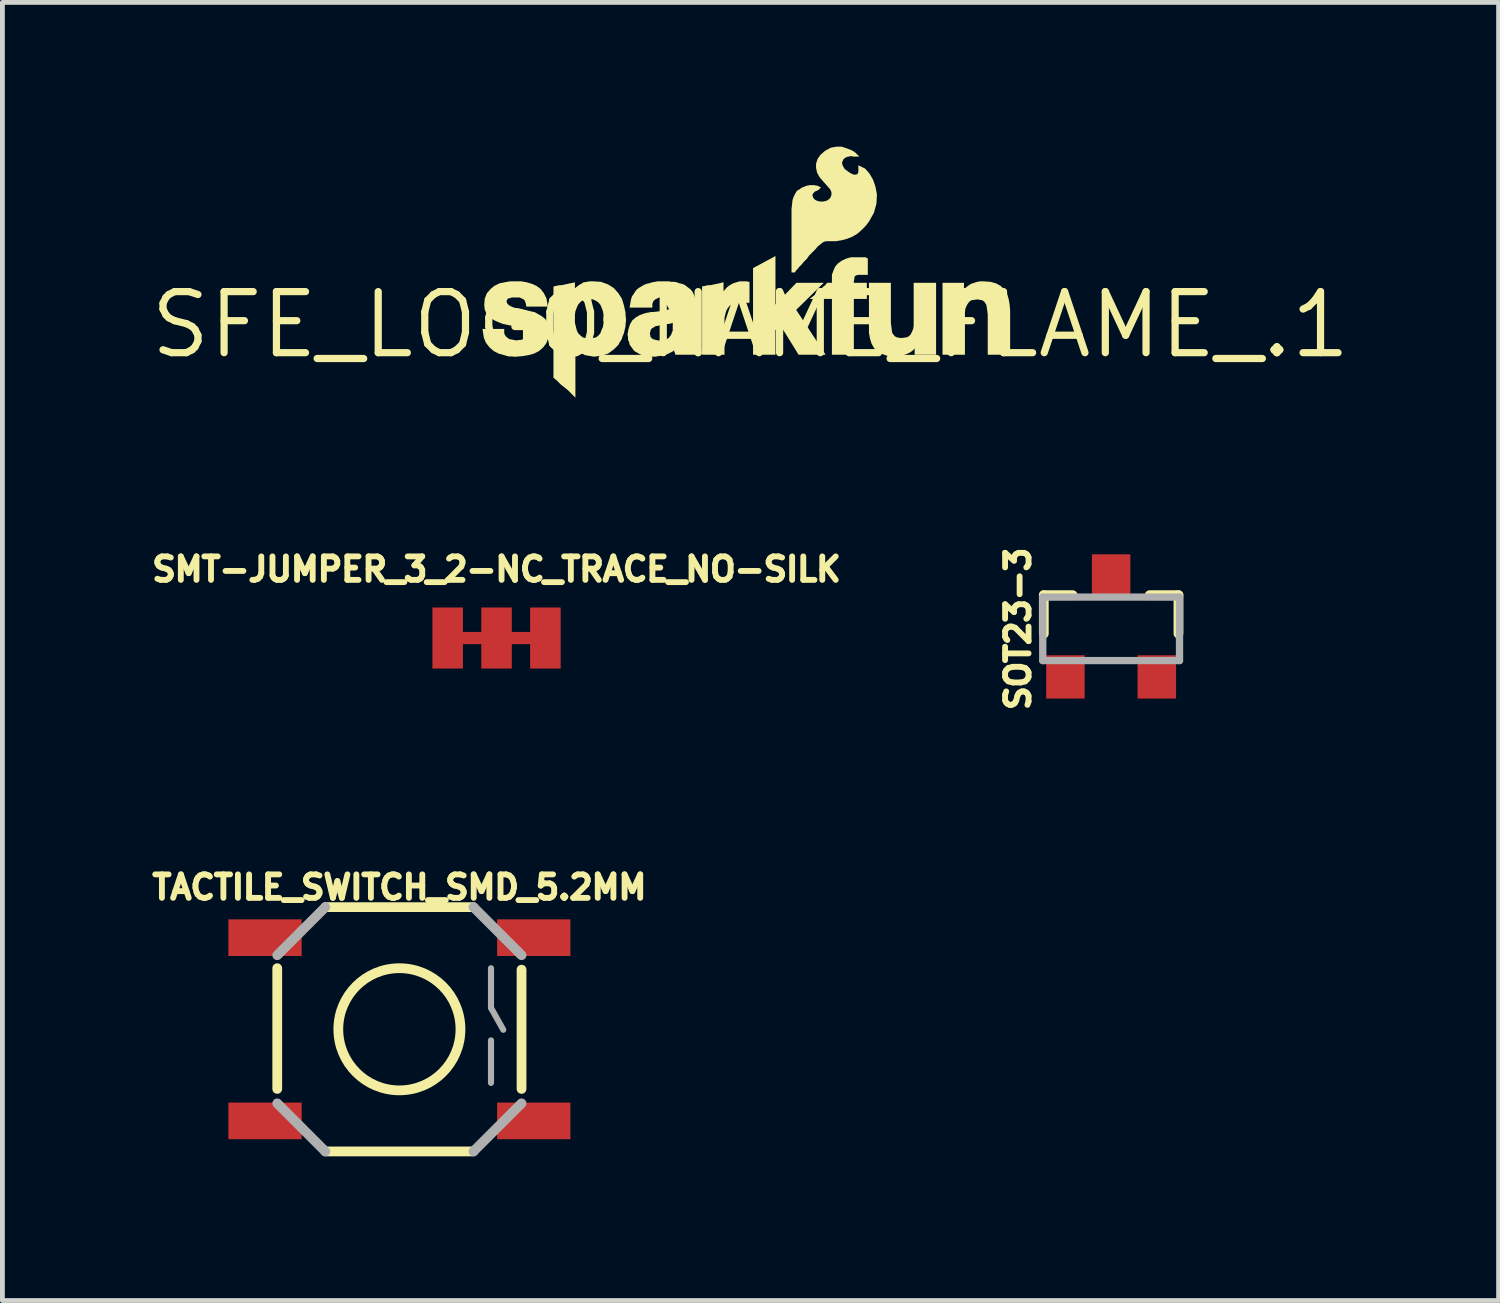
<source format=kicad_pcb>
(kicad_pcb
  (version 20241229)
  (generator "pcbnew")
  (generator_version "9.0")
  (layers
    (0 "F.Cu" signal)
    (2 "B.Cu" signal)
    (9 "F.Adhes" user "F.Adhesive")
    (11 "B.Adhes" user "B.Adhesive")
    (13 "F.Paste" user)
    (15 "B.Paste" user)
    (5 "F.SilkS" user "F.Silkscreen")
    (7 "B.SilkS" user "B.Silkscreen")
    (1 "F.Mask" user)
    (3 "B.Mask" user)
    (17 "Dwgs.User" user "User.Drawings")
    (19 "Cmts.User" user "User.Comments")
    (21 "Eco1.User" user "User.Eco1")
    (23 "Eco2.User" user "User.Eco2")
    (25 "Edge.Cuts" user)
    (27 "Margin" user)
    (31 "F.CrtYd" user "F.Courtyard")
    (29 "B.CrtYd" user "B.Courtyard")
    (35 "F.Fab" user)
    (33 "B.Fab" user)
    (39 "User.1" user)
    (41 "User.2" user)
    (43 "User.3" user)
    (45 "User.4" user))
  (footprint "SOT23-3"
    (layer "F.Cu")
    (at 20.055 10.026)
    (property "Reference" "SOT23-3" (at -1.651 0 90) (unlocked yes) (layer "F.SilkS") (effects (font (size 0.488 0.488) (thickness 0.122)) (justify bottom)))
    (fp_line (start -1.4 -0.7) (end -1.4 0.1) (stroke (width 0.203) (type solid)) (layer "F.SilkS"))
    (fp_line (start -0.8 -0.7) (end -1.4 -0.7) (stroke (width 0.203) (type solid)) (layer "F.SilkS"))
    (fp_line (start 0.8 -0.7) (end 1.4 -0.7) (stroke (width 0.203) (type solid)) (layer "F.SilkS"))
    (fp_line (start 1.4 -0.7) (end 1.4 0.1) (stroke (width 0.203) (type solid)) (layer "F.SilkS"))
    (fp_line (start -1.422 -0.66) (end 1.422 -0.66) (stroke (width 0.152) (type solid)) (layer "F.Fab"))
    (fp_line (start -1.422 0.66) (end -1.422 -0.66) (stroke (width 0.152) (type solid)) (layer "F.Fab"))
    (fp_line (start 1.422 -0.66) (end 1.422 0.66) (stroke (width 0.152) (type solid)) (layer "F.Fab"))
    (fp_line (start 1.422 0.66) (end -1.422 0.66) (stroke (width 0.152) (type solid)) (layer "F.Fab"))
    (pad "1" smd rect (at -0.95 1) (size 0.8 0.9) (layers "F.Cu" "F.Mask" "F.Paste"))
    (pad "2" smd rect (at 0.95 1) (size 0.8 0.9) (layers "F.Cu" "F.Mask" "F.Paste"))
    (pad "3" smd rect (at 0 -1.1) (size 0.8 0.9) (layers "F.Cu" "F.Mask" "F.Paste")))
  (footprint "SFE_LOGO_NAME_FLAME_.1"
    (layer "F.Cu")
    (at 12.556 3.704)
    (property "Reference" "SFE_LOGO_NAME_FLAME_.1" (at 0 0 0) (layer "F.SilkS") (effects (font (size 1.27 1.27) (thickness 0.15))))
    (fp_poly (pts (xy -2.588 -0.143) (xy -2.601 0.04) (xy -2.633 0.176) (xy -2.699 0.335) (xy -3.107 0.144) (xy -3.066 0.035) (xy -3.057 -0.038) (xy -3.057 -0.155)) (stroke (width 0) (type default)) (fill yes) (layer "F.SilkS"))
    (fp_poly (pts (xy -1.695 -0.036) (xy -1.75 -0.008) (xy -1.773 -0.008) (xy -1.803 0.002) (xy -1.843 0.002) (xy -1.873 0.012) (xy -1.91 0.012) (xy -1.93 0.022) (xy -1.985 0.022) (xy -2.092 -0.258) (xy -1.864 -0.284) (xy -1.76 -0.299)) (stroke (width 0) (type default)) (fill yes) (layer "F.SilkS"))
    (fp_poly (pts (xy 0.519 -0.421) (xy 0.955 -0.874) (xy 1.524 -0.874) (xy 0.95 -0.311) (xy 1.562 0.622) (xy 1 0.622) (xy 0.623 0.014) (xy 0.519 0.111) (xy 0.519 0.622) (xy 0.053 0.622) (xy 0.053 -1.179) (xy 0.519 -1.43)) (stroke (width 0) (type default)) (fill yes) (layer "F.SilkS"))
    (fp_poly (pts (xy 2.439 -1.38) (xy 2.439 -1.038) (xy 2.236 -1.038) (xy 2.204 -1.03) (xy 2.177 -1.016) (xy 2.164 -0.997) (xy 2.159 -0.987) (xy 2.159 -0.951) (xy 2.149 -0.911) (xy 2.149 -0.874) (xy 2.419 -0.874) (xy 2.419 -0.538) (xy 2.149 -0.538) (xy 2.149 0.622) (xy 1.693 0.622) (xy 1.693 -0.538) (xy 1.227 -0.538) (xy 1.356 -0.635) (xy 1.516 -0.795) (xy 1.554 -0.823) (xy 1.592 -0.874) (xy 1.693 -0.874) (xy 1.693 -1.043) (xy 1.726 -1.13) (xy 1.758 -1.206) (xy 1.815 -1.274) (xy 1.891 -1.329) (xy 1.977 -1.372) (xy 2.085 -1.404) (xy 2.39 -1.404)) (stroke (width 0) (type default)) (fill yes) (layer "F.SilkS"))
    (fp_poly (pts (xy -0.053 -0.894) (xy -0.021 -0.894) (xy -0.021 -0.458) (xy -0.078 -0.458) (xy -0.098 -0.468) (xy -0.197 -0.468) (xy -0.292 -0.458) (xy -0.365 -0.44) (xy -0.424 -0.406) (xy -0.468 -0.354) (xy -0.504 -0.291) (xy -0.522 -0.227) (xy -0.541 -0.142) (xy -0.541 0.622) (xy -1.007 0.622) (xy -1.007 -0.797) (xy -0.927 -0.813) (xy -0.884 -0.824) (xy -0.833 -0.824) (xy -0.787 -0.833) (xy -0.747 -0.843) (xy -0.647 -0.863) (xy -0.561 -0.885) (xy -0.561 -0.695) (xy -0.549 -0.71) (xy -0.496 -0.773) (xy -0.44 -0.818) (xy -0.365 -0.861) (xy -0.3 -0.882) (xy -0.224 -0.904) (xy -0.063 -0.904)) (stroke (width 0) (type default)) (fill yes) (layer "F.SilkS"))
    (fp_poly (pts (xy 2.919 -0.038) (xy 2.939 0.118) (xy 2.947 0.169) (xy 2.997 0.235) (xy 3.035 0.258) (xy 3.078 0.267) (xy 3.132 0.276) (xy 3.205 0.266) (xy 3.258 0.258) (xy 3.297 0.234) (xy 3.33 0.201) (xy 3.356 0.148) (xy 3.384 0.084) (xy 3.393 0.012) (xy 3.393 -0.874) (xy 3.859 -0.874) (xy 3.859 0.622) (xy 3.413 0.622) (xy 3.413 0.49) (xy 3.388 0.521) (xy 3.332 0.566) (xy 3.267 0.599) (xy 3.214 0.62) (xy 3.15 0.641) (xy 3.077 0.652) (xy 3.013 0.662) (xy 2.863 0.652) (xy 2.745 0.609) (xy 2.649 0.555) (xy 2.571 0.488) (xy 2.516 0.389) (xy 2.484 0.283) (xy 2.463 0.167) (xy 2.463 -0.874) (xy 2.919 -0.874)) (stroke (width 0) (type default)) (fill yes) (layer "F.SilkS"))
    (fp_poly (pts (xy 4.987 -0.894) (xy 5.105 -0.862) (xy 5.204 -0.807) (xy 5.281 -0.73) (xy 5.336 -0.642) (xy 5.368 -0.535) (xy 5.389 -0.421) (xy 5.399 -0.287) (xy 5.399 0.622) (xy 4.933 0.622) (xy 4.933 -0.214) (xy 4.923 -0.291) (xy 4.913 -0.36) (xy 4.905 -0.413) (xy 4.879 -0.455) (xy 4.855 -0.487) (xy 4.817 -0.51) (xy 4.774 -0.519) (xy 4.72 -0.528) (xy 4.647 -0.518) (xy 4.594 -0.51) (xy 4.556 -0.487) (xy 4.522 -0.444) (xy 4.495 -0.399) (xy 4.468 -0.336) (xy 4.459 -0.254) (xy 4.459 0.622) (xy 3.993 0.622) (xy 3.993 -0.874) (xy 4.439 -0.874) (xy 4.439 -0.738) (xy 4.466 -0.764) (xy 4.518 -0.807) (xy 4.584 -0.851) (xy 4.712 -0.893) (xy 4.778 -0.904) (xy 4.842 -0.904)) (stroke (width 0) (type default)) (fill yes) (layer "F.SilkS"))
    (fp_poly (pts (xy -3.111 -0.894) (xy -2.962 -0.84) (xy -2.844 -0.765) (xy -2.749 -0.659) (xy -2.674 -0.542) (xy -2.632 -0.406) (xy -2.601 -0.261) (xy -2.588 -0.067) (xy -3.057 -0.079) (xy -3.057 -0.204) (xy -3.066 -0.277) (xy -3.094 -0.352) (xy -3.122 -0.416) (xy -3.165 -0.467) (xy -3.217 -0.502) (xy -3.279 -0.529) (xy -3.359 -0.538) (xy -3.43 -0.529) (xy -3.5 -0.502) (xy -3.542 -0.469) (xy -3.586 -0.416) (xy -3.614 -0.352) (xy -3.642 -0.277) (xy -3.651 -0.204) (xy -3.651 -0.041) (xy -3.613 0.112) (xy -3.587 0.172) (xy -3.543 0.216) (xy -3.491 0.26) (xy -3.432 0.276) (xy -3.349 0.286) (xy -3.276 0.276) (xy -3.207 0.259) (xy -3.156 0.217) (xy -3.122 0.174) (xy -3.078 0.073) (xy -2.666 0.267) (xy -2.748 0.417) (xy -2.844 0.513) (xy -2.961 0.598) (xy -3.09 0.641) (xy -3.25 0.663) (xy -3.441 0.631) (xy -3.507 0.597) (xy -3.614 0.533) (xy -3.641 0.5) (xy -3.641 1.516) (xy -3.794 1.362) (xy -3.944 1.242) (xy -4.034 1.152) (xy -4.097 1.102) (xy -4.097 -0.796) (xy -4.027 -0.813) (xy -3.973 -0.824) (xy -3.924 -0.824) (xy -3.887 -0.833) (xy -3.837 -0.843) (xy -3.797 -0.853) (xy -3.651 -0.882) (xy -3.651 -0.758) (xy -3.634 -0.774) (xy -3.581 -0.817) (xy -3.472 -0.882) (xy -3.342 -0.904) (xy -3.268 -0.904)) (stroke (width 0) (type default)) (fill yes) (layer "F.SilkS"))
    (fp_poly (pts (xy -4.65 -0.883) (xy -4.546 -0.852) (xy -4.45 -0.809) (xy -4.362 -0.743) (xy -4.296 -0.656) (xy -4.242 -0.548) (xy -4.214 -0.378) (xy -4.66 -0.378) (xy -4.676 -0.455) (xy -4.693 -0.498) (xy -4.706 -0.519) (xy -4.728 -0.533) (xy -4.765 -0.551) (xy -4.806 -0.568) (xy -4.963 -0.568) (xy -4.988 -0.559) (xy -5.028 -0.549) (xy -5.045 -0.544) (xy -5.071 -0.504) (xy -5.071 -0.481) (xy -5.064 -0.453) (xy -5.042 -0.423) (xy -5.009 -0.399) (xy -4.954 -0.371) (xy -4.901 -0.353) (xy -4.822 -0.344) (xy -4.58 -0.283) (xy -4.485 -0.262) (xy -4.337 -0.177) (xy -4.27 -0.122) (xy -4.225 -0.054) (xy -4.192 0.024) (xy -4.181 0.125) (xy -4.202 0.263) (xy -4.245 0.382) (xy -4.311 0.47) (xy -4.398 0.546) (xy -4.505 0.6) (xy -4.621 0.631) (xy -4.744 0.652) (xy -4.869 0.662) (xy -4.994 0.652) (xy -5.117 0.631) (xy -5.233 0.6) (xy -5.34 0.546) (xy -5.427 0.47) (xy -5.502 0.373) (xy -5.546 0.264) (xy -5.573 0.086) (xy -5.121 0.086) (xy -5.121 0.177) (xy -5.105 0.215) (xy -5.082 0.247) (xy -5.014 0.298) (xy -4.962 0.307) (xy -4.912 0.317) (xy -4.861 0.325) (xy -4.824 0.316) (xy -4.784 0.316) (xy -4.752 0.308) (xy -4.719 0.291) (xy -4.684 0.265) (xy -4.663 0.245) (xy -4.648 0.184) (xy -4.655 0.157) (xy -4.669 0.129) (xy -4.7 0.106) (xy -4.745 0.079) (xy -4.8 0.061) (xy -4.957 0.021) (xy -5.057 0.001) (xy -5.15 -0.019) (xy -5.233 -0.051) (xy -5.306 -0.082) (xy -5.379 -0.124) (xy -5.446 -0.169) (xy -5.493 -0.238) (xy -5.526 -0.316) (xy -5.537 -0.415) (xy -5.526 -0.545) (xy -5.482 -0.656) (xy -5.406 -0.743) (xy -5.33 -0.808) (xy -5.221 -0.862) (xy -5.116 -0.883) (xy -5.002 -0.904) (xy -4.766 -0.904)) (stroke (width 0) (type default)) (fill yes) (layer "F.SilkS"))
    (fp_poly (pts (xy 1.994 -3.672) (xy 2.076 -3.641) (xy 2.141 -3.609) (xy 2.186 -3.575) (xy 2.263 -3.498) (xy 2.135 -3.498) (xy 2.105 -3.508) (xy 2.086 -3.508) (xy 2.049 -3.499) (xy 2.003 -3.49) (xy 1.971 -3.473) (xy 1.939 -3.449) (xy 1.926 -3.429) (xy 1.916 -3.401) (xy 1.906 -3.381) (xy 1.901 -3.366) (xy 1.908 -3.347) (xy 1.916 -3.312) (xy 1.934 -3.285) (xy 1.952 -3.249) (xy 1.975 -3.226) (xy 2.003 -3.207) (xy 2.043 -3.177) (xy 2.07 -3.159) (xy 2.14 -3.124) (xy 2.195 -3.124) (xy 2.214 -3.131) (xy 2.229 -3.14) (xy 2.243 -3.182) (xy 2.243 -3.318) (xy 2.385 -3.247) (xy 2.472 -3.148) (xy 2.546 -3.022) (xy 2.598 -2.876) (xy 2.629 -2.708) (xy 2.619 -2.52) (xy 2.567 -2.331) (xy 2.463 -2.145) (xy 2.39 -2.051) (xy 2.307 -1.968) (xy 2.224 -1.895) (xy 2.118 -1.832) (xy 2.013 -1.79) (xy 1.899 -1.759) (xy 1.774 -1.738) (xy 1.584 -1.738) (xy 1.534 -1.73) (xy 1.493 -1.705) (xy 1.398 -1.629) (xy 1.349 -1.57) (xy 1.22 -1.441) (xy 1.17 -1.371) (xy 1.109 -1.31) (xy 1.059 -1.25) (xy 1.01 -1.201) (xy 0.98 -1.161) (xy 0.951 -1.132) (xy 0.921 -1.088) (xy 0.853 -1.088) (xy 0.853 -2.408) (xy 0.874 -2.594) (xy 0.896 -2.661) (xy 0.928 -2.724) (xy 0.963 -2.784) (xy 1.02 -2.818) (xy 1.062 -2.85) (xy 1.171 -2.893) (xy 1.238 -2.904) (xy 1.326 -2.904) (xy 1.366 -2.894) (xy 1.39 -2.894) (xy 1.465 -2.856) (xy 1.414 -2.805) (xy 1.366 -2.781) (xy 1.342 -2.773) (xy 1.311 -2.742) (xy 1.296 -2.719) (xy 1.289 -2.7) (xy 1.289 -2.682) (xy 1.296 -2.661) (xy 1.312 -2.629) (xy 1.335 -2.606) (xy 1.359 -2.59) (xy 1.402 -2.573) (xy 1.445 -2.564) (xy 1.516 -2.564) (xy 1.585 -2.581) (xy 1.635 -2.614) (xy 1.667 -2.654) (xy 1.683 -2.702) (xy 1.683 -2.758) (xy 1.658 -2.815) (xy 1.592 -2.891) (xy 1.512 -2.981) (xy 1.44 -3.064) (xy 1.385 -3.162) (xy 1.363 -3.262) (xy 1.363 -3.352) (xy 1.397 -3.453) (xy 1.452 -3.532) (xy 1.549 -3.617) (xy 1.668 -3.682) (xy 1.788 -3.704) (xy 1.897 -3.704)) (stroke (width 0) (type default)) (fill yes) (layer "F.SilkS"))
    (fp_poly (pts (xy -1.645 -0.894) (xy -1.585 -0.894) (xy -1.528 -0.883) (xy -1.478 -0.863) (xy -1.428 -0.853) (xy -1.37 -0.83) (xy -1.242 -0.733) (xy -1.206 -0.686) (xy -1.184 -0.642) (xy -1.162 -0.587) (xy -1.151 -0.53) (xy -1.151 0.335) (xy -1.141 0.355) (xy -1.141 0.445) (xy -1.131 0.465) (xy -1.131 0.485) (xy -1.121 0.505) (xy -1.121 0.535) (xy -1.118 0.541) (xy -1.101 0.558) (xy -1.101 0.622) (xy -1.567 0.622) (xy -1.567 0.59) (xy -1.577 0.58) (xy -1.577 0.57) (xy -1.587 0.56) (xy -1.587 0.53) (xy -1.589 0.528) (xy -1.605 0.544) (xy -1.642 0.569) (xy -1.672 0.579) (xy -1.702 0.599) (xy -1.833 0.642) (xy -1.863 0.642) (xy -1.893 0.652) (xy -1.933 0.652) (xy -1.963 0.662) (xy -2.083 0.662) (xy -2.133 0.652) (xy -2.184 0.652) (xy -2.231 0.64) (xy -2.285 0.619) (xy -2.328 0.597) (xy -2.358 0.577) (xy -2.402 0.555) (xy -2.439 0.518) (xy -2.46 0.486) (xy -2.49 0.446) (xy -2.515 0.409) (xy -2.525 0.356) (xy -2.547 0.313) (xy -2.547 0.258) (xy -2.558 0.204) (xy -2.536 0.085) (xy -2.504 -0.012) (xy -2.459 -0.091) (xy -2.381 -0.157) (xy -2.305 -0.201) (xy -2.22 -0.232) (xy -2.136 -0.254) (xy -2.014 -0.267) (xy -1.909 0.008) (xy -1.974 0.029) (xy -1.986 0.035) (xy -1.996 0.045) (xy -2.036 0.065) (xy -2.046 0.075) (xy -2.061 0.082) (xy -2.081 0.123) (xy -2.081 0.143) (xy -2.091 0.163) (xy -2.091 0.198) (xy -2.081 0.228) (xy -2.081 0.245) (xy -2.078 0.251) (xy -2.068 0.261) (xy -2.061 0.276) (xy -2.046 0.283) (xy -2.036 0.293) (xy -2.01 0.306) (xy -1.99 0.306) (xy -1.97 0.316) (xy -1.95 0.316) (xy -1.93 0.326) (xy -1.893 0.326) (xy -1.843 0.316) (xy -1.798 0.316) (xy -1.762 0.298) (xy -1.725 0.289) (xy -1.703 0.274) (xy -1.689 0.26) (xy -1.669 0.23) (xy -1.652 0.213) (xy -1.634 0.159) (xy -1.624 0.139) (xy -1.617 0.118) (xy -1.617 -0.044) (xy -1.65 -0.028) (xy -1.67 -0.028) (xy -1.69 -0.018) (xy -1.769 -0.018) (xy -1.835 -0.283) (xy -1.73 -0.312) (xy -1.675 -0.331) (xy -1.635 -0.355) (xy -1.617 -0.379) (xy -1.617 -0.467) (xy -1.64 -0.513) (xy -1.65 -0.523) (xy -1.657 -0.538) (xy -1.698 -0.558) (xy -1.718 -0.558) (xy -1.738 -0.568) (xy -1.9 -0.568) (xy -1.986 -0.525) (xy -2.018 -0.493) (xy -2.024 -0.481) (xy -2.034 -0.451) (xy -2.041 -0.437) (xy -2.041 -0.358) (xy -2.514 -0.358) (xy -2.486 -0.525) (xy -2.463 -0.594) (xy -2.431 -0.637) (xy -2.401 -0.687) (xy -2.366 -0.733) (xy -2.32 -0.768) (xy -2.216 -0.83) (xy -2.16 -0.853) (xy -2.109 -0.863) (xy -2.048 -0.883) (xy -1.986 -0.893) (xy -1.933 -0.904) (xy -1.695 -0.904)) (stroke (width 0) (type default)) (fill yes) (layer "F.SilkS")))
  (footprint "SMT-JUMPER_3_2-NC_TRACE_NO-SILK"
    (layer "F.Cu")
    (at 7.275 10.217)
    (property "Reference" "SMT-JUMPER_3_2-NC_TRACE_NO-SILK" (at 0 -1.143 0) (unlocked yes) (layer "F.SilkS") (effects (font (size 0.488 0.488) (thickness 0.122)) (justify bottom)))
    (fp_line (start 0 0) (end -1.016 0) (stroke (width 0.254) (type solid)) (layer "F.Cu"))
    (fp_line (start 0 0) (end 1.016 0) (stroke (width 0.254) (type solid)) (layer "F.Cu"))
    (fp_poly (pts (xy -0.254 0.191) (xy -0.762 0.191) (xy -0.762 -0.191) (xy -0.254 -0.191)) (stroke (width 0) (type default)) (fill yes) (layer "F.Mask"))
    (fp_poly (pts (xy 0.762 0.191) (xy 0.254 0.191) (xy 0.254 -0.191) (xy 0.762 -0.191)) (stroke (width 0) (type default)) (fill yes) (layer "F.Mask"))
    (pad "1" smd rect (at -1.016 0) (size 0.635 1.27) (layers "F.Cu" "F.Mask"))
    (pad "2" smd rect (at 0 0) (size 0.635 1.27) (layers "F.Cu" "F.Mask"))
    (pad "3" smd rect (at 1.016 0) (size 0.635 1.27) (layers "F.Cu" "F.Mask")))
  (footprint "TACTILE_SWITCH_SMD_5.2MM"
    (layer "F.Cu")
    (at 5.255 18.353)
    (property "Reference" "TACTILE_SWITCH_SMD_5.2MM" (at 0 -2.667 0) (unlocked yes) (layer "F.SilkS") (effects (font (size 0.488 0.488) (thickness 0.122)) (justify bottom)))
    (fp_line (start -2.54 1.24) (end -2.54 -1.27) (stroke (width 0.203) (type solid)) (layer "F.SilkS"))
    (fp_line (start -1.54 -2.54) (end 1.54 -2.54) (stroke (width 0.203) (type solid)) (layer "F.SilkS"))
    (fp_line (start 1.54 2.54) (end -1.54 2.54) (stroke (width 0.203) (type solid)) (layer "F.SilkS"))
    (fp_line (start 2.54 -1.24) (end 2.54 1.24) (stroke (width 0.203) (type solid)) (layer "F.SilkS"))
    (fp_circle (center 0 0) (end 1.27 0) (stroke (width 0.203) (type solid)) (fill no) (layer "F.SilkS"))
    (fp_line (start -2.54 -1.54) (end -1.54 -2.54) (stroke (width 0.203) (type solid)) (layer "F.Fab"))
    (fp_line (start -1.54 2.54) (end -2.54 1.54) (stroke (width 0.203) (type solid)) (layer "F.Fab"))
    (fp_line (start 1.54 -2.54) (end 2.54 -1.54) (stroke (width 0.203) (type solid)) (layer "F.Fab"))
    (fp_line (start 1.905 -1.27) (end 1.905 -0.445) (stroke (width 0.127) (type solid)) (layer "F.Fab"))
    (fp_line (start 1.905 -0.445) (end 2.16 0.01) (stroke (width 0.127) (type solid)) (layer "F.Fab"))
    (fp_line (start 1.905 0.23) (end 1.905 1.115) (stroke (width 0.127) (type solid)) (layer "F.Fab"))
    (fp_line (start 2.54 1.54) (end 1.54 2.54) (stroke (width 0.203) (type solid)) (layer "F.Fab"))
    (pad "1" smd rect (at -2.794 -1.905 90) (size 0.762 1.524) (layers "F.Cu" "F.Mask" "F.Paste"))
    (pad "2" smd rect (at 2.794 -1.905 90) (size 0.762 1.524) (layers "F.Cu" "F.Mask" "F.Paste"))
    (pad "3" smd rect (at -2.794 1.905 90) (size 0.762 1.524) (layers "F.Cu" "F.Mask" "F.Paste"))
    (pad "4" smd rect (at 2.794 1.905 90) (size 0.762 1.524) (layers "F.Cu" "F.Mask" "F.Paste")))
  (gr_rect
    (start -3 -3)
    (end 28.112 23.994)
    (stroke (width 0.1) (type default))
    (fill no)
    (layer "Edge.Cuts")))
</source>
